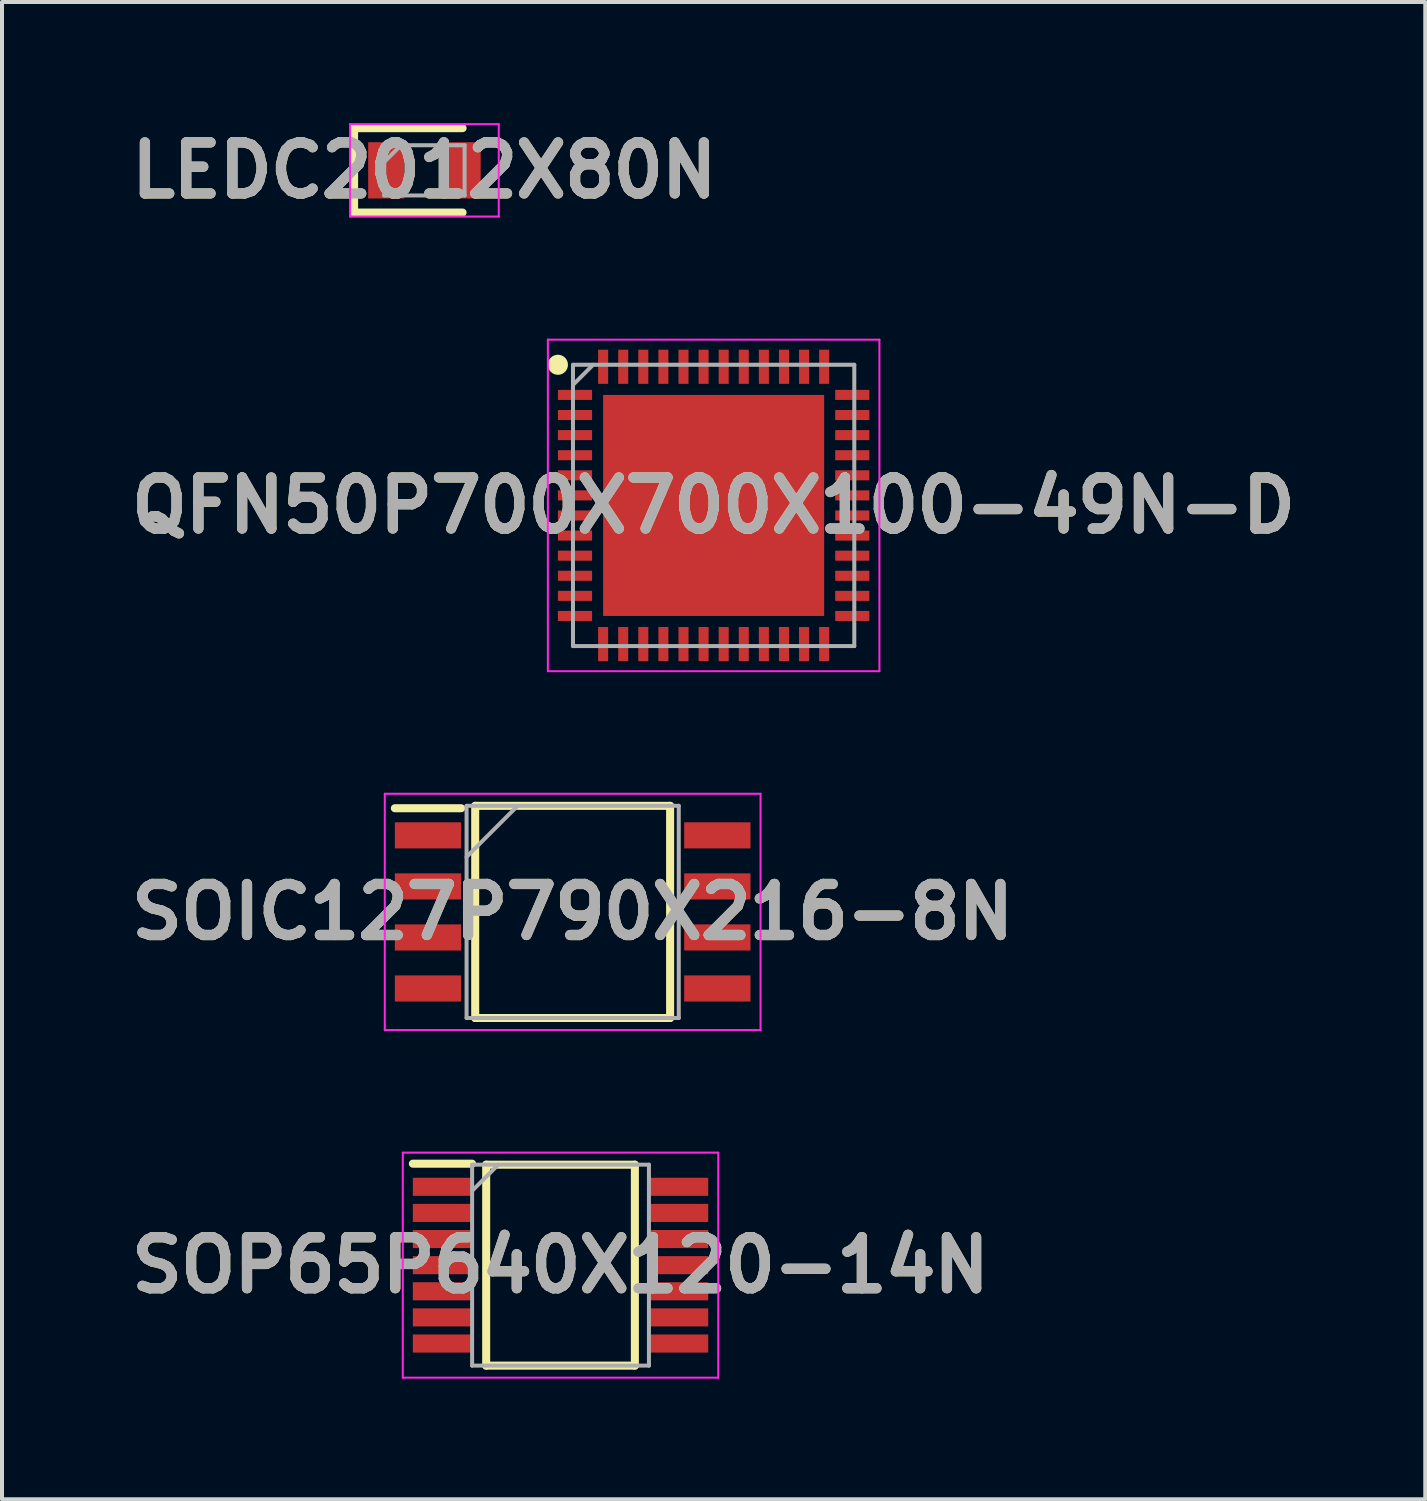
<source format=kicad_pcb>
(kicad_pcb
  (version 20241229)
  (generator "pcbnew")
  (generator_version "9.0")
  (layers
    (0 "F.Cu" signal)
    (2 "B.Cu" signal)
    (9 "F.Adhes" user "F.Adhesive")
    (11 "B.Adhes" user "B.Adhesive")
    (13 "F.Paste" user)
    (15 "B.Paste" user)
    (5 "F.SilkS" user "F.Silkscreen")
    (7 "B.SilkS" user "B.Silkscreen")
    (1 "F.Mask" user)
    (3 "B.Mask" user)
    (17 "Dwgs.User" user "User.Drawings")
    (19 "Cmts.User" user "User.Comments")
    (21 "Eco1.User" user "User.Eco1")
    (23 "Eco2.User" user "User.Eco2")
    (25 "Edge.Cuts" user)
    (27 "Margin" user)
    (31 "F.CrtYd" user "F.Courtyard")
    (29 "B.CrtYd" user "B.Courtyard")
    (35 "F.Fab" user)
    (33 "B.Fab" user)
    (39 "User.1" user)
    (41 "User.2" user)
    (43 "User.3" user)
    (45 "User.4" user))
  (footprint "QFN50P700X700X100-49N-D"
    (layer "F.Cu")
    (at 14.708 9.527)
    (property "Reference" "QFN50P700X700X100-49N-D" (at 0 0 0) (layer "F.SilkS") (effects (font (size 1.27 1.27) (thickness 0.254))))
    (attr smd)
    (fp_circle (center -3.875 -3.5) (end -3.875 -3.375) (stroke (width 0.25) (type solid)) (fill no) (layer "F.SilkS"))
    (fp_line (start -4.125 -4.125) (end 4.125 -4.125) (stroke (width 0.05) (type solid)) (layer "F.CrtYd"))
    (fp_line (start -4.125 4.125) (end -4.125 -4.125) (stroke (width 0.05) (type solid)) (layer "F.CrtYd"))
    (fp_line (start 4.125 -4.125) (end 4.125 4.125) (stroke (width 0.05) (type solid)) (layer "F.CrtYd"))
    (fp_line (start 4.125 4.125) (end -4.125 4.125) (stroke (width 0.05) (type solid)) (layer "F.CrtYd"))
    (fp_line (start -3.5 -3.5) (end 3.5 -3.5) (stroke (width 0.1) (type solid)) (layer "F.Fab"))
    (fp_line (start -3.5 -3) (end -3 -3.5) (stroke (width 0.1) (type solid)) (layer "F.Fab"))
    (fp_line (start -3.5 3.5) (end -3.5 -3.5) (stroke (width 0.1) (type solid)) (layer "F.Fab"))
    (fp_line (start 3.5 -3.5) (end 3.5 3.5) (stroke (width 0.1) (type solid)) (layer "F.Fab"))
    (fp_line (start 3.5 3.5) (end -3.5 3.5) (stroke (width 0.1) (type solid)) (layer "F.Fab"))
    (fp_text user "${REFERENCE}" (at 0 0 0) (layer "F.Fab") (effects (font (size 1.27 1.27) (thickness 0.254))))
    (pad "1" smd rect (at -3.45 -2.75 90) (size 0.25 0.85) (layers "F.Cu" "F.Mask" "F.Paste"))
    (pad "2" smd rect (at -3.45 -2.25 90) (size 0.25 0.85) (layers "F.Cu" "F.Mask" "F.Paste"))
    (pad "3" smd rect (at -3.45 -1.75 90) (size 0.25 0.85) (layers "F.Cu" "F.Mask" "F.Paste"))
    (pad "4" smd rect (at -3.45 -1.25 90) (size 0.25 0.85) (layers "F.Cu" "F.Mask" "F.Paste"))
    (pad "5" smd rect (at -3.45 -0.75 90) (size 0.25 0.85) (layers "F.Cu" "F.Mask" "F.Paste"))
    (pad "6" smd rect (at -3.45 -0.25 90) (size 0.25 0.85) (layers "F.Cu" "F.Mask" "F.Paste"))
    (pad "7" smd rect (at -3.45 0.25 90) (size 0.25 0.85) (layers "F.Cu" "F.Mask" "F.Paste"))
    (pad "8" smd rect (at -3.45 0.75 90) (size 0.25 0.85) (layers "F.Cu" "F.Mask" "F.Paste"))
    (pad "9" smd rect (at -3.45 1.25 90) (size 0.25 0.85) (layers "F.Cu" "F.Mask" "F.Paste"))
    (pad "10" smd rect (at -3.45 1.75 90) (size 0.25 0.85) (layers "F.Cu" "F.Mask" "F.Paste"))
    (pad "11" smd rect (at -3.45 2.25 90) (size 0.25 0.85) (layers "F.Cu" "F.Mask" "F.Paste"))
    (pad "12" smd rect (at -3.45 2.75 90) (size 0.25 0.85) (layers "F.Cu" "F.Mask" "F.Paste"))
    (pad "13" smd rect (at -2.75 3.45) (size 0.25 0.85) (layers "F.Cu" "F.Mask" "F.Paste"))
    (pad "14" smd rect (at -2.25 3.45) (size 0.25 0.85) (layers "F.Cu" "F.Mask" "F.Paste"))
    (pad "15" smd rect (at -1.75 3.45) (size 0.25 0.85) (layers "F.Cu" "F.Mask" "F.Paste"))
    (pad "16" smd rect (at -1.25 3.45) (size 0.25 0.85) (layers "F.Cu" "F.Mask" "F.Paste"))
    (pad "17" smd rect (at -0.75 3.45) (size 0.25 0.85) (layers "F.Cu" "F.Mask" "F.Paste"))
    (pad "18" smd rect (at -0.25 3.45) (size 0.25 0.85) (layers "F.Cu" "F.Mask" "F.Paste"))
    (pad "19" smd rect (at 0.25 3.45) (size 0.25 0.85) (layers "F.Cu" "F.Mask" "F.Paste"))
    (pad "20" smd rect (at 0.75 3.45) (size 0.25 0.85) (layers "F.Cu" "F.Mask" "F.Paste"))
    (pad "21" smd rect (at 1.25 3.45) (size 0.25 0.85) (layers "F.Cu" "F.Mask" "F.Paste"))
    (pad "22" smd rect (at 1.75 3.45) (size 0.25 0.85) (layers "F.Cu" "F.Mask" "F.Paste"))
    (pad "23" smd rect (at 2.25 3.45) (size 0.25 0.85) (layers "F.Cu" "F.Mask" "F.Paste"))
    (pad "24" smd rect (at 2.75 3.45) (size 0.25 0.85) (layers "F.Cu" "F.Mask" "F.Paste"))
    (pad "25" smd rect (at 3.45 2.75 90) (size 0.25 0.85) (layers "F.Cu" "F.Mask" "F.Paste"))
    (pad "26" smd rect (at 3.45 2.25 90) (size 0.25 0.85) (layers "F.Cu" "F.Mask" "F.Paste"))
    (pad "27" smd rect (at 3.45 1.75 90) (size 0.25 0.85) (layers "F.Cu" "F.Mask" "F.Paste"))
    (pad "28" smd rect (at 3.45 1.25 90) (size 0.25 0.85) (layers "F.Cu" "F.Mask" "F.Paste"))
    (pad "29" smd rect (at 3.45 0.75 90) (size 0.25 0.85) (layers "F.Cu" "F.Mask" "F.Paste"))
    (pad "30" smd rect (at 3.45 0.25 90) (size 0.25 0.85) (layers "F.Cu" "F.Mask" "F.Paste"))
    (pad "31" smd rect (at 3.45 -0.25 90) (size 0.25 0.85) (layers "F.Cu" "F.Mask" "F.Paste"))
    (pad "32" smd rect (at 3.45 -0.75 90) (size 0.25 0.85) (layers "F.Cu" "F.Mask" "F.Paste"))
    (pad "33" smd rect (at 3.45 -1.25 90) (size 0.25 0.85) (layers "F.Cu" "F.Mask" "F.Paste"))
    (pad "34" smd rect (at 3.45 -1.75 90) (size 0.25 0.85) (layers "F.Cu" "F.Mask" "F.Paste"))
    (pad "35" smd rect (at 3.45 -2.25 90) (size 0.25 0.85) (layers "F.Cu" "F.Mask" "F.Paste"))
    (pad "36" smd rect (at 3.45 -2.75 90) (size 0.25 0.85) (layers "F.Cu" "F.Mask" "F.Paste"))
    (pad "37" smd rect (at 2.75 -3.45) (size 0.25 0.85) (layers "F.Cu" "F.Mask" "F.Paste"))
    (pad "38" smd rect (at 2.25 -3.45) (size 0.25 0.85) (layers "F.Cu" "F.Mask" "F.Paste"))
    (pad "39" smd rect (at 1.75 -3.45) (size 0.25 0.85) (layers "F.Cu" "F.Mask" "F.Paste"))
    (pad "40" smd rect (at 1.25 -3.45) (size 0.25 0.85) (layers "F.Cu" "F.Mask" "F.Paste"))
    (pad "41" smd rect (at 0.75 -3.45) (size 0.25 0.85) (layers "F.Cu" "F.Mask" "F.Paste"))
    (pad "42" smd rect (at 0.25 -3.45) (size 0.25 0.85) (layers "F.Cu" "F.Mask" "F.Paste"))
    (pad "43" smd rect (at -0.25 -3.45) (size 0.25 0.85) (layers "F.Cu" "F.Mask" "F.Paste"))
    (pad "44" smd rect (at -0.75 -3.45) (size 0.25 0.85) (layers "F.Cu" "F.Mask" "F.Paste"))
    (pad "45" smd rect (at -1.25 -3.45) (size 0.25 0.85) (layers "F.Cu" "F.Mask" "F.Paste"))
    (pad "46" smd rect (at -1.75 -3.45) (size 0.25 0.85) (layers "F.Cu" "F.Mask" "F.Paste"))
    (pad "47" smd rect (at -2.25 -3.45) (size 0.25 0.85) (layers "F.Cu" "F.Mask" "F.Paste"))
    (pad "48" smd rect (at -2.75 -3.45) (size 0.25 0.85) (layers "F.Cu" "F.Mask" "F.Paste"))
    (pad "49" smd rect (at 0 0) (size 5.5 5.5) (layers "F.Cu" "F.Mask" "F.Paste")))
  (footprint "LEDC2012X80N"
    (layer "F.Cu")
    (at 7.511 1.189)
    (property "Reference" "LEDC2012X80N" (at 0 0 0) (layer "F.SilkS") (effects (font (size 1.27 1.27) (thickness 0.254))))
    (attr smd)
    (fp_line (start -1.75 -1.05) (end -1.75 1.05) (stroke (width 0.2) (type solid)) (layer "F.SilkS"))
    (fp_line (start -1.75 1.05) (end 0.95 1.05) (stroke (width 0.2) (type solid)) (layer "F.SilkS"))
    (fp_line (start 0.95 -1.05) (end -1.75 -1.05) (stroke (width 0.2) (type solid)) (layer "F.SilkS"))
    (fp_line (start -1.85 -1.15) (end 1.85 -1.15) (stroke (width 0.05) (type solid)) (layer "F.CrtYd"))
    (fp_line (start -1.85 1.15) (end -1.85 -1.15) (stroke (width 0.05) (type solid)) (layer "F.CrtYd"))
    (fp_line (start 1.85 -1.15) (end 1.85 1.15) (stroke (width 0.05) (type solid)) (layer "F.CrtYd"))
    (fp_line (start 1.85 1.15) (end -1.85 1.15) (stroke (width 0.05) (type solid)) (layer "F.CrtYd"))
    (fp_line (start -1 -0.625) (end 1 -0.625) (stroke (width 0.1) (type solid)) (layer "F.Fab"))
    (fp_line (start -1 -0.208) (end -0.583 -0.625) (stroke (width 0.1) (type solid)) (layer "F.Fab"))
    (fp_line (start -1 0.625) (end -1 -0.625) (stroke (width 0.1) (type solid)) (layer "F.Fab"))
    (fp_line (start 1 -0.625) (end 1 0.625) (stroke (width 0.1) (type solid)) (layer "F.Fab"))
    (fp_line (start 1 0.625) (end -1 0.625) (stroke (width 0.1) (type solid)) (layer "F.Fab"))
    (fp_text user "${REFERENCE}" (at 0 0 0) (layer "F.Fab") (effects (font (size 1.27 1.27) (thickness 0.254))))
    (pad "1" smd rect (at -0.95 0) (size 0.9 1.4) (layers "F.Cu" "F.Mask" "F.Paste"))
    (pad "2" smd rect (at 0.95 0) (size 0.9 1.4) (layers "F.Cu" "F.Mask" "F.Paste")))
  (footprint "SOIC127P790X216-8N"
    (layer "F.Cu")
    (at 11.2 19.642)
    (property "Reference" "SOIC127P790X216-8N" (at 0 0 0) (layer "F.SilkS") (effects (font (size 1.27 1.27) (thickness 0.254))))
    (attr smd)
    (fp_line (start -4.425 -2.58) (end -2.775 -2.58) (stroke (width 0.2) (type solid)) (layer "F.SilkS"))
    (fp_line (start -2.425 -2.64) (end 2.425 -2.64) (stroke (width 0.2) (type solid)) (layer "F.SilkS"))
    (fp_line (start -2.425 2.64) (end -2.425 -2.64) (stroke (width 0.2) (type solid)) (layer "F.SilkS"))
    (fp_line (start 2.425 -2.64) (end 2.425 2.64) (stroke (width 0.2) (type solid)) (layer "F.SilkS"))
    (fp_line (start 2.425 2.64) (end -2.425 2.64) (stroke (width 0.2) (type solid)) (layer "F.SilkS"))
    (fp_line (start -4.675 -2.94) (end 4.675 -2.94) (stroke (width 0.05) (type solid)) (layer "F.CrtYd"))
    (fp_line (start -4.675 2.94) (end -4.675 -2.94) (stroke (width 0.05) (type solid)) (layer "F.CrtYd"))
    (fp_line (start 4.675 -2.94) (end 4.675 2.94) (stroke (width 0.05) (type solid)) (layer "F.CrtYd"))
    (fp_line (start 4.675 2.94) (end -4.675 2.94) (stroke (width 0.05) (type solid)) (layer "F.CrtYd"))
    (fp_line (start -2.64 -2.64) (end 2.64 -2.64) (stroke (width 0.1) (type solid)) (layer "F.Fab"))
    (fp_line (start -2.64 -1.37) (end -1.37 -2.64) (stroke (width 0.1) (type solid)) (layer "F.Fab"))
    (fp_line (start -2.64 2.64) (end -2.64 -2.64) (stroke (width 0.1) (type solid)) (layer "F.Fab"))
    (fp_line (start 2.64 -2.64) (end 2.64 2.64) (stroke (width 0.1) (type solid)) (layer "F.Fab"))
    (fp_line (start 2.64 2.64) (end -2.64 2.64) (stroke (width 0.1) (type solid)) (layer "F.Fab"))
    (fp_text user "${REFERENCE}" (at 0 0 0) (layer "F.Fab") (effects (font (size 1.27 1.27) (thickness 0.254))))
    (pad "1" smd rect (at -3.6 -1.905 90) (size 0.65 1.65) (layers "F.Cu" "F.Mask" "F.Paste"))
    (pad "2" smd rect (at -3.6 -0.635 90) (size 0.65 1.65) (layers "F.Cu" "F.Mask" "F.Paste"))
    (pad "3" smd rect (at -3.6 0.635 90) (size 0.65 1.65) (layers "F.Cu" "F.Mask" "F.Paste"))
    (pad "4" smd rect (at -3.6 1.905 90) (size 0.65 1.65) (layers "F.Cu" "F.Mask" "F.Paste"))
    (pad "5" smd rect (at 3.6 1.905 90) (size 0.65 1.65) (layers "F.Cu" "F.Mask" "F.Paste"))
    (pad "6" smd rect (at 3.6 0.635 90) (size 0.65 1.65) (layers "F.Cu" "F.Mask" "F.Paste"))
    (pad "7" smd rect (at 3.6 -0.635 90) (size 0.65 1.65) (layers "F.Cu" "F.Mask" "F.Paste"))
    (pad "8" smd rect (at 3.6 -1.905 90) (size 0.65 1.65) (layers "F.Cu" "F.Mask" "F.Paste")))
  (footprint "SOP65P640X120-14N"
    (layer "F.Cu")
    (at 10.898 28.432)
    (property "Reference" "SOP65P640X120-14N" (at 0 0 0) (layer "F.SilkS") (effects (font (size 1.27 1.27) (thickness 0.254))))
    (attr smd)
    (fp_line (start -3.675 -2.525) (end -2.2 -2.525) (stroke (width 0.2) (type solid)) (layer "F.SilkS"))
    (fp_line (start -1.85 -2.5) (end 1.85 -2.5) (stroke (width 0.2) (type solid)) (layer "F.SilkS"))
    (fp_line (start -1.85 2.5) (end -1.85 -2.5) (stroke (width 0.2) (type solid)) (layer "F.SilkS"))
    (fp_line (start 1.85 -2.5) (end 1.85 2.5) (stroke (width 0.2) (type solid)) (layer "F.SilkS"))
    (fp_line (start 1.85 2.5) (end -1.85 2.5) (stroke (width 0.2) (type solid)) (layer "F.SilkS"))
    (fp_line (start -3.925 -2.8) (end 3.925 -2.8) (stroke (width 0.05) (type solid)) (layer "F.CrtYd"))
    (fp_line (start -3.925 2.8) (end -3.925 -2.8) (stroke (width 0.05) (type solid)) (layer "F.CrtYd"))
    (fp_line (start 3.925 -2.8) (end 3.925 2.8) (stroke (width 0.05) (type solid)) (layer "F.CrtYd"))
    (fp_line (start 3.925 2.8) (end -3.925 2.8) (stroke (width 0.05) (type solid)) (layer "F.CrtYd"))
    (fp_line (start -2.2 -2.5) (end 2.2 -2.5) (stroke (width 0.1) (type solid)) (layer "F.Fab"))
    (fp_line (start -2.2 -1.85) (end -1.55 -2.5) (stroke (width 0.1) (type solid)) (layer "F.Fab"))
    (fp_line (start -2.2 2.5) (end -2.2 -2.5) (stroke (width 0.1) (type solid)) (layer "F.Fab"))
    (fp_line (start 2.2 -2.5) (end 2.2 2.5) (stroke (width 0.1) (type solid)) (layer "F.Fab"))
    (fp_line (start 2.2 2.5) (end -2.2 2.5) (stroke (width 0.1) (type solid)) (layer "F.Fab"))
    (fp_text user "${REFERENCE}" (at 0 0 0) (layer "F.Fab") (effects (font (size 1.27 1.27) (thickness 0.254))))
    (pad "1" smd rect (at -2.938 -1.95 90) (size 0.45 1.475) (layers "F.Cu" "F.Mask" "F.Paste"))
    (pad "2" smd rect (at -2.938 -1.3 90) (size 0.45 1.475) (layers "F.Cu" "F.Mask" "F.Paste"))
    (pad "3" smd rect (at -2.938 -0.65 90) (size 0.45 1.475) (layers "F.Cu" "F.Mask" "F.Paste"))
    (pad "4" smd rect (at -2.938 0 90) (size 0.45 1.475) (layers "F.Cu" "F.Mask" "F.Paste"))
    (pad "5" smd rect (at -2.938 0.65 90) (size 0.45 1.475) (layers "F.Cu" "F.Mask" "F.Paste"))
    (pad "6" smd rect (at -2.938 1.3 90) (size 0.45 1.475) (layers "F.Cu" "F.Mask" "F.Paste"))
    (pad "7" smd rect (at -2.938 1.95 90) (size 0.45 1.475) (layers "F.Cu" "F.Mask" "F.Paste"))
    (pad "8" smd rect (at 2.938 1.95 90) (size 0.45 1.475) (layers "F.Cu" "F.Mask" "F.Paste"))
    (pad "9" smd rect (at 2.938 1.3 90) (size 0.45 1.475) (layers "F.Cu" "F.Mask" "F.Paste"))
    (pad "10" smd rect (at 2.938 0.65 90) (size 0.45 1.475) (layers "F.Cu" "F.Mask" "F.Paste"))
    (pad "11" smd rect (at 2.938 0 90) (size 0.45 1.475) (layers "F.Cu" "F.Mask" "F.Paste"))
    (pad "12" smd rect (at 2.938 -0.65 90) (size 0.45 1.475) (layers "F.Cu" "F.Mask" "F.Paste"))
    (pad "13" smd rect (at 2.938 -1.3 90) (size 0.45 1.475) (layers "F.Cu" "F.Mask" "F.Paste"))
    (pad "14" smd rect (at 2.938 -1.95 90) (size 0.45 1.475) (layers "F.Cu" "F.Mask" "F.Paste")))
  (gr_rect
    (start -3 -3)
    (end 32.416 34.257)
    (stroke (width 0.1) (type default))
    (fill no)
    (layer "Edge.Cuts")))
</source>
